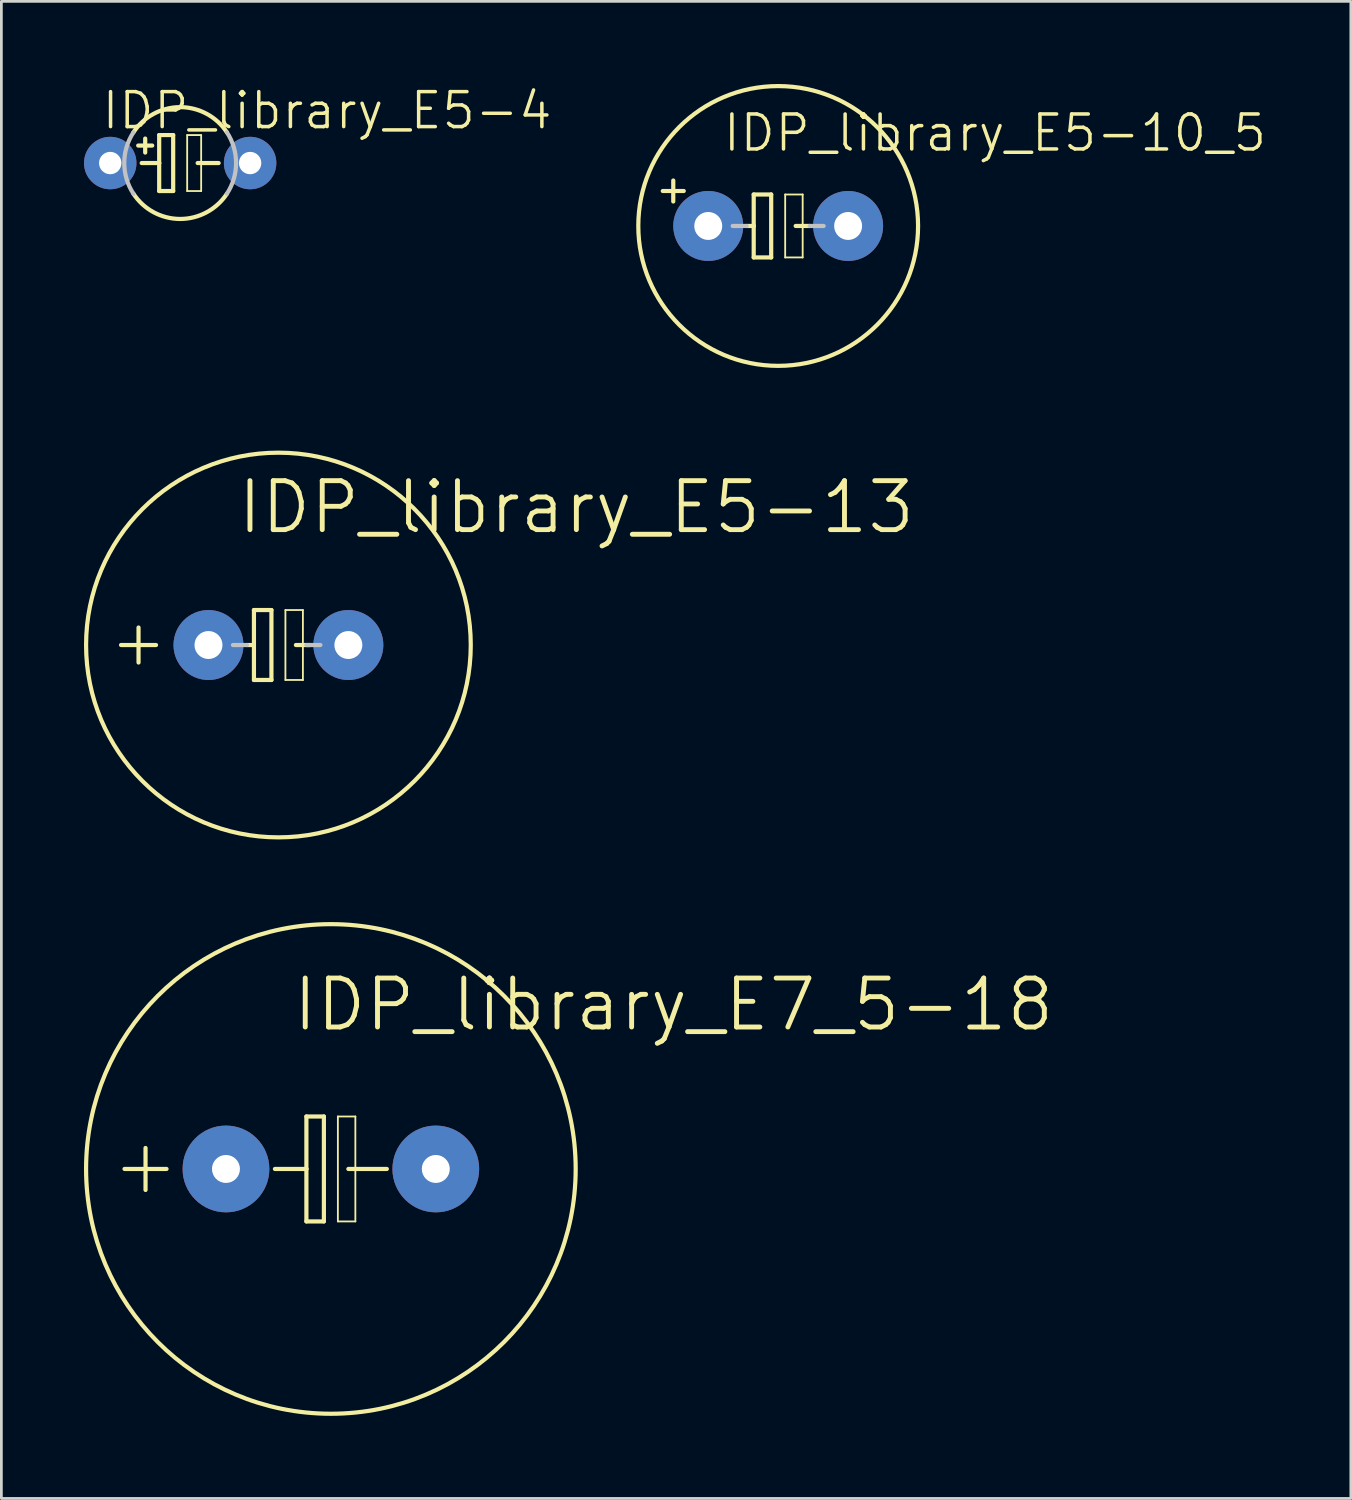
<source format=kicad_pcb>
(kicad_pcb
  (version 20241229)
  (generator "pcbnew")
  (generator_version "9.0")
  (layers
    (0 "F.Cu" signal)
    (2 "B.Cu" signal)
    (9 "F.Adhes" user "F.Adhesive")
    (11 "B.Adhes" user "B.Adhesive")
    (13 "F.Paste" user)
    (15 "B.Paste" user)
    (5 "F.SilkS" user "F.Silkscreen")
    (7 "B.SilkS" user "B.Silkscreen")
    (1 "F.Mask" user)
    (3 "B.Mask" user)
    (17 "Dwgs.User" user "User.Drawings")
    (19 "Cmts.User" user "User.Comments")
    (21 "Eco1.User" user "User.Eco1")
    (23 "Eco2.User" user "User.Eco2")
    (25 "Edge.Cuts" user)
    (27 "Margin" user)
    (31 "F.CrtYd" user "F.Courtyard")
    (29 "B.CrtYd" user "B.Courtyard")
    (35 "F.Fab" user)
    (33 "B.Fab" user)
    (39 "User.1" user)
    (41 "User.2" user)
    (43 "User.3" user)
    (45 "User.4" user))
  (footprint "IDP_library_E5-13"
    (layer "F.Cu")
    (at 7.061 20.374)
    (property "Reference" "IDP_library_E5-13" (at 10.82 -5.004 0) (layer "F.SilkS") (effects (font (size 1.778 1.778) (thickness 0.178))))
    (attr exclude_from_pos_files exclude_from_bom)
    (fp_line (start -5.715 0) (end -4.445 0) (stroke (width 0.152) (type solid)) (layer "F.SilkS"))
    (fp_line (start -5.08 0.635) (end -5.08 -0.635) (stroke (width 0.152) (type solid)) (layer "F.SilkS"))
    (fp_line (start -1.143 0) (end -0.889 0) (stroke (width 0.152) (type solid)) (layer "F.SilkS"))
    (fp_line (start -0.889 -1.27) (end -0.889 0) (stroke (width 0.152) (type solid)) (layer "F.SilkS"))
    (fp_line (start -0.889 0) (end -0.889 1.27) (stroke (width 0.152) (type solid)) (layer "F.SilkS"))
    (fp_line (start -0.889 1.27) (end -0.254 1.27) (stroke (width 0.152) (type solid)) (layer "F.SilkS"))
    (fp_line (start -0.254 -1.27) (end -0.889 -1.27) (stroke (width 0.152) (type solid)) (layer "F.SilkS"))
    (fp_line (start -0.254 1.27) (end -0.254 -1.27) (stroke (width 0.152) (type solid)) (layer "F.SilkS"))
    (fp_line (start 0.254 -1.27) (end 0.889 -1.27) (stroke (width 0.066) (type solid)) (layer "F.SilkS"))
    (fp_line (start 0.254 1.27) (end 0.254 -1.27) (stroke (width 0.066) (type solid)) (layer "F.SilkS"))
    (fp_line (start 0.254 1.27) (end 0.889 1.27) (stroke (width 0.066) (type solid)) (layer "F.SilkS"))
    (fp_line (start 0.635 0) (end 1.143 0) (stroke (width 0.152) (type solid)) (layer "F.SilkS"))
    (fp_line (start 0.889 1.27) (end 0.889 -1.27) (stroke (width 0.066) (type solid)) (layer "F.SilkS"))
    (fp_circle (center 0 0) (end 0 -6.985) (stroke (width 0.152) (type solid)) (fill no) (layer "F.SilkS"))
    (fp_line (start -1.651 0) (end -1.143 0) (stroke (width 0.152) (type solid)) (layer "Dwgs.User"))
    (fp_line (start 1.016 0) (end 1.524 0) (stroke (width 0.152) (type solid)) (layer "Dwgs.User"))
    (pad "+" thru_hole circle (at -2.54 0) (size 2.54 2.54) (drill 1.016) (layers "*.Cu" "*.Paste" "*.Mask"))
    (pad "-" thru_hole circle (at 2.54 0) (size 2.54 2.54) (drill 1.016) (layers "*.Cu" "*.Paste" "*.Mask")))
  (footprint "IDP_library_E5-4"
    (layer "F.Cu")
    (at 3.493 2.871)
    (property "Reference" "IDP_library_E5-4" (at 5.334 -1.905 0) (layer "F.SilkS") (effects (font (size 1.27 1.27) (thickness 0.127))))
    (attr exclude_from_pos_files exclude_from_bom)
    (fp_line (start -1.524 -0.635) (end -1.016 -0.635) (stroke (width 0.152) (type solid)) (layer "F.SilkS"))
    (fp_line (start -1.397 0) (end -0.762 0) (stroke (width 0.152) (type solid)) (layer "F.SilkS"))
    (fp_line (start -1.27 -0.381) (end -1.27 -0.889) (stroke (width 0.152) (type solid)) (layer "F.SilkS"))
    (fp_line (start -0.762 -1.016) (end -0.762 0) (stroke (width 0.152) (type solid)) (layer "F.SilkS"))
    (fp_line (start -0.762 0) (end -0.762 1.016) (stroke (width 0.152) (type solid)) (layer "F.SilkS"))
    (fp_line (start -0.762 1.016) (end -0.254 1.016) (stroke (width 0.152) (type solid)) (layer "F.SilkS"))
    (fp_line (start -0.254 -1.016) (end -0.762 -1.016) (stroke (width 0.152) (type solid)) (layer "F.SilkS"))
    (fp_line (start -0.254 1.016) (end -0.254 -1.016) (stroke (width 0.152) (type solid)) (layer "F.SilkS"))
    (fp_line (start 0.254 -1.016) (end 0.762 -1.016) (stroke (width 0.066) (type solid)) (layer "F.SilkS"))
    (fp_line (start 0.254 1.016) (end 0.254 -1.016) (stroke (width 0.066) (type solid)) (layer "F.SilkS"))
    (fp_line (start 0.254 1.016) (end 0.762 1.016) (stroke (width 0.066) (type solid)) (layer "F.SilkS"))
    (fp_line (start 0.635 0) (end 1.397 0) (stroke (width 0.152) (type solid)) (layer "F.SilkS"))
    (fp_line (start 0.762 1.016) (end 0.762 -1.016) (stroke (width 0.066) (type solid)) (layer "F.SilkS"))
    (fp_arc (start -1.69672 -1.11506) (mid 0.000437 -2.030324) (end 1.6972 -1.114329) (stroke (width 0.1524) (type solid)) (layer "F.SilkS"))
    (fp_arc (start 1.69672 1.11506) (mid -0.000437 2.030324) (end -1.6972 1.114329) (stroke (width 0.1524) (type solid)) (layer "F.SilkS"))
    (fp_arc (start -1.69672 1.11506) (mid -2.030323 0.002209) (end -1.699143 -1.111365) (stroke (width 0.1524) (type solid)) (layer "Dwgs.User"))
    (fp_arc (start 1.69672 -1.11506) (mid 2.030323 -0.002209) (end 1.699143 1.111365) (stroke (width 0.1524) (type solid)) (layer "Dwgs.User"))
    (pad "+" thru_hole circle (at -2.54 0) (size 1.905 1.905) (drill 0.813) (layers "*.Cu" "*.Paste" "*.Mask"))
    (pad "-" thru_hole circle (at 2.54 0) (size 1.905 1.905) (drill 0.813) (layers "*.Cu" "*.Paste" "*.Mask")))
  (footprint "IDP_library_E5-10_5"
    (layer "F.Cu")
    (at 25.21 5.156)
    (property "Reference" "IDP_library_E5-10_5" (at 7.874 -3.378 0) (layer "F.SilkS") (effects (font (size 1.27 1.27) (thickness 0.127))))
    (attr exclude_from_pos_files exclude_from_bom)
    (fp_line (start -3.81 -1.651) (end -3.81 -0.889) (stroke (width 0.152) (type solid)) (layer "F.SilkS"))
    (fp_line (start -3.429 -1.27) (end -4.191 -1.27) (stroke (width 0.152) (type solid)) (layer "F.SilkS"))
    (fp_line (start -1.143 0) (end -0.889 0) (stroke (width 0.152) (type solid)) (layer "F.SilkS"))
    (fp_line (start -0.889 -1.143) (end -0.889 0) (stroke (width 0.152) (type solid)) (layer "F.SilkS"))
    (fp_line (start -0.889 0) (end -0.889 1.143) (stroke (width 0.152) (type solid)) (layer "F.SilkS"))
    (fp_line (start -0.889 1.143) (end -0.254 1.143) (stroke (width 0.152) (type solid)) (layer "F.SilkS"))
    (fp_line (start -0.254 -1.143) (end -0.889 -1.143) (stroke (width 0.152) (type solid)) (layer "F.SilkS"))
    (fp_line (start -0.254 1.143) (end -0.254 -1.143) (stroke (width 0.152) (type solid)) (layer "F.SilkS"))
    (fp_line (start 0.254 -1.143) (end 0.889 -1.143) (stroke (width 0.066) (type solid)) (layer "F.SilkS"))
    (fp_line (start 0.254 1.143) (end 0.254 -1.143) (stroke (width 0.066) (type solid)) (layer "F.SilkS"))
    (fp_line (start 0.254 1.143) (end 0.889 1.143) (stroke (width 0.066) (type solid)) (layer "F.SilkS"))
    (fp_line (start 0.635 0) (end 1.143 0) (stroke (width 0.152) (type solid)) (layer "F.SilkS"))
    (fp_line (start 0.889 1.143) (end 0.889 -1.143) (stroke (width 0.066) (type solid)) (layer "F.SilkS"))
    (fp_circle (center 0 0) (end 0 -5.08) (stroke (width 0.152) (type solid)) (fill no) (layer "F.SilkS"))
    (fp_line (start -1.651 0) (end -1.143 0) (stroke (width 0.152) (type solid)) (layer "Dwgs.User"))
    (fp_line (start 1.143 0) (end 1.651 0) (stroke (width 0.152) (type solid)) (layer "Dwgs.User"))
    (pad "+" thru_hole circle (at -2.54 0) (size 2.54 2.54) (drill 1.016) (layers "*.Cu" "*.Paste" "*.Mask"))
    (pad "-" thru_hole circle (at 2.54 0) (size 2.54 2.54) (drill 1.016) (layers "*.Cu" "*.Paste" "*.Mask")))
  (footprint "IDP_library_E7_5-18"
    (layer "F.Cu")
    (at 8.966 39.401)
    (property "Reference" "IDP_library_E7_5-18" (at 12.446 -5.969 0) (layer "F.SilkS") (effects (font (size 1.778 1.778) (thickness 0.178))))
    (attr exclude_from_pos_files exclude_from_bom)
    (fp_line (start -7.493 0) (end -5.969 0) (stroke (width 0.152) (type solid)) (layer "F.SilkS"))
    (fp_line (start -6.731 0.762) (end -6.731 -0.762) (stroke (width 0.152) (type solid)) (layer "F.SilkS"))
    (fp_line (start -0.889 -1.905) (end -0.889 0) (stroke (width 0.152) (type solid)) (layer "F.SilkS"))
    (fp_line (start -0.889 0) (end -2.032 0) (stroke (width 0.152) (type solid)) (layer "F.SilkS"))
    (fp_line (start -0.889 0) (end -0.889 1.905) (stroke (width 0.152) (type solid)) (layer "F.SilkS"))
    (fp_line (start -0.889 1.905) (end -0.254 1.905) (stroke (width 0.152) (type solid)) (layer "F.SilkS"))
    (fp_line (start -0.254 -1.905) (end -0.889 -1.905) (stroke (width 0.152) (type solid)) (layer "F.SilkS"))
    (fp_line (start -0.254 1.905) (end -0.254 -1.905) (stroke (width 0.152) (type solid)) (layer "F.SilkS"))
    (fp_line (start 0.254 -1.905) (end 0.889 -1.905) (stroke (width 0.066) (type solid)) (layer "F.SilkS"))
    (fp_line (start 0.254 1.905) (end 0.254 -1.905) (stroke (width 0.066) (type solid)) (layer "F.SilkS"))
    (fp_line (start 0.254 1.905) (end 0.889 1.905) (stroke (width 0.066) (type solid)) (layer "F.SilkS"))
    (fp_line (start 0.635 0) (end 2.032 0) (stroke (width 0.152) (type solid)) (layer "F.SilkS"))
    (fp_line (start 0.889 1.905) (end 0.889 -1.905) (stroke (width 0.066) (type solid)) (layer "F.SilkS"))
    (fp_circle (center 0 0) (end 0 -8.89) (stroke (width 0.152) (type solid)) (fill no) (layer "F.SilkS"))
    (pad "+" thru_hole circle (at -3.81 0) (size 3.15 3.15) (drill 1.016) (layers "*.Cu" "*.Paste" "*.Mask"))
    (pad "-" thru_hole circle (at 3.81 0) (size 3.15 3.15) (drill 1.016) (layers "*.Cu" "*.Paste" "*.Mask")))
  (gr_rect
    (start -3 -3)
    (end 46.006 51.367)
    (stroke (width 0.1) (type default))
    (fill no)
    (layer "Edge.Cuts")))
</source>
